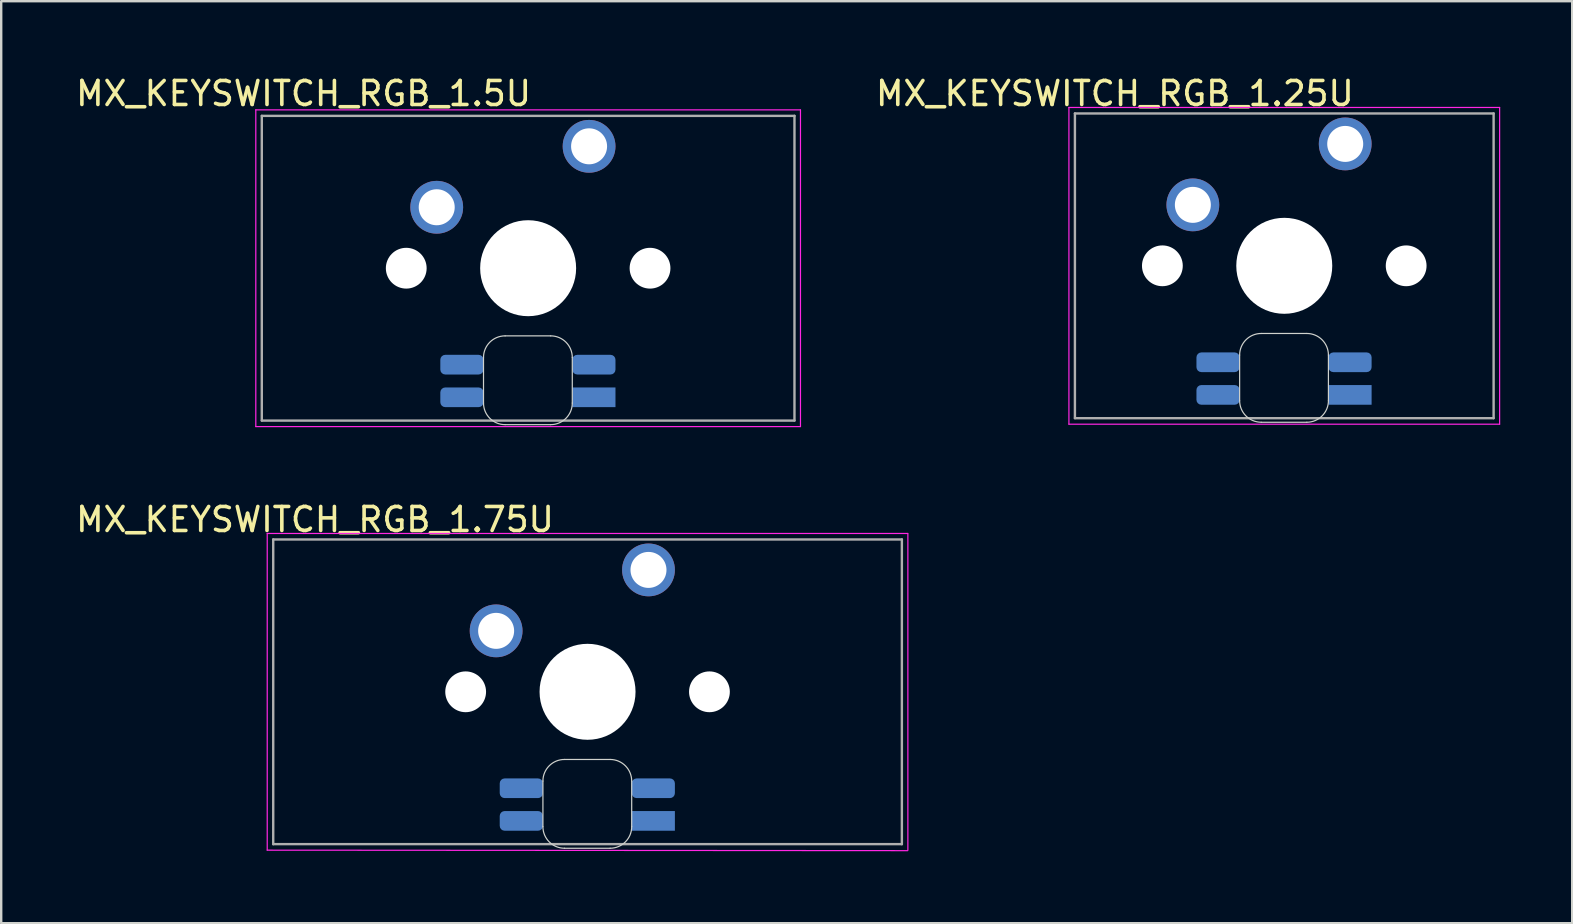
<source format=kicad_pcb>
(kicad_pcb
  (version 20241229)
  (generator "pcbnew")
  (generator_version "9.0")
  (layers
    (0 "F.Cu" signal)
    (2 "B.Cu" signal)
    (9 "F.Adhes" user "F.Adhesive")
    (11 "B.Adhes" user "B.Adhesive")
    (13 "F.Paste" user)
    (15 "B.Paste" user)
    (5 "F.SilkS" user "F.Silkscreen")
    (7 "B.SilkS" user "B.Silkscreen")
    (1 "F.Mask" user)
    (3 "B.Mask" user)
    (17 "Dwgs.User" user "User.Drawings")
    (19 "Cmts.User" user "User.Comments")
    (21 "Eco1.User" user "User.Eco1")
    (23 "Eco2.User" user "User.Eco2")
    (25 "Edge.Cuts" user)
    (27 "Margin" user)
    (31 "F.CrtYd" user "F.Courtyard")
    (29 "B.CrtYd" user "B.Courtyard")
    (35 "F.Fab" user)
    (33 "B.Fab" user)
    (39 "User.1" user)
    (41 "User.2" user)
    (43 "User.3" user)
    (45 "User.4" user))
  (footprint "MX_KEYSWITCH_RGB_1.25U"
    (layer "F.Cu")
    (at 50.414 8.048)
    (property "Reference" "MX_KEYSWITCH_RGB_1.25U" (at -7 -7.2 0) (layer "F.SilkS") (effects (font (size 1 1) (thickness 0.15))))
    (attr through_hole)
    (fp_line (start -1.8 3.7) (end -1.8 5.6) (stroke (width 0.05) (type solid)) (layer "Edge.Cuts"))
    (fp_line (start -0.9 6.5) (end 1 6.5) (stroke (width 0.05) (type solid)) (layer "Edge.Cuts"))
    (fp_line (start 1 2.8) (end -0.9 2.8) (stroke (width 0.05) (type solid)) (layer "Edge.Cuts"))
    (fp_line (start 1.9 5.6) (end 1.9 3.7) (stroke (width 0.05) (type solid)) (layer "Edge.Cuts"))
    (fp_arc (start -1.8 3.7) (mid -1.536396 3.063604) (end -0.9 2.8) (stroke (width 0.05) (type solid)) (layer "Edge.Cuts"))
    (fp_arc (start -0.9 6.5) (mid -1.536396 6.236396) (end -1.8 5.6) (stroke (width 0.05) (type solid)) (layer "Edge.Cuts"))
    (fp_arc (start 1 2.8) (mid 1.636396 3.063604) (end 1.9 3.7) (stroke (width 0.05) (type solid)) (layer "Edge.Cuts"))
    (fp_arc (start 1.9 5.6) (mid 1.636396 6.236396) (end 1 6.5) (stroke (width 0.05) (type solid)) (layer "Edge.Cuts"))
    (fp_line (start -8.915 -6.62) (end 9.035 -6.62) (stroke (width 0.05) (type solid)) (layer "F.CrtYd"))
    (fp_line (start -8.915 6.58) (end -8.915 -6.62) (stroke (width 0.05) (type solid)) (layer "F.CrtYd"))
    (fp_line (start 9.035 -6.62) (end 9.035 6.58) (stroke (width 0.05) (type solid)) (layer "F.CrtYd"))
    (fp_line (start 9.035 6.58) (end -8.915 6.58) (stroke (width 0.05) (type solid)) (layer "F.CrtYd"))
    (fp_line (start -8.665 -6.37) (end 8.785 -6.37) (stroke (width 0.1) (type solid)) (layer "F.Fab"))
    (fp_line (start -8.665 6.33) (end -8.665 -6.37) (stroke (width 0.1) (type solid)) (layer "F.Fab"))
    (fp_line (start 8.785 -6.37) (end 8.785 6.33) (stroke (width 0.1) (type solid)) (layer "F.Fab"))
    (fp_line (start 8.785 6.33) (end -8.665 6.33) (stroke (width 0.1) (type solid)) (layer "F.Fab"))
    (pad "" np_thru_hole circle (at -5.02 -0.02) (size 1.7 1.7) (drill 1.7) (layers "*.Cu" "*.Mask"))
    (pad "" np_thru_hole circle (at 0.06 -0.02) (size 4 4) (drill 4) (layers "*.Cu" "*.Mask"))
    (pad "" np_thru_hole circle (at 5.14 -0.02) (size 1.7 1.7) (drill 1.7) (layers "*.Cu" "*.Mask"))
    (pad "1" thru_hole circle (at 2.6 -5.1) (size 2.2 2.2) (drill 1.5) (layers "*.Cu" "*.Mask"))
    (pad "2" thru_hole circle (at -3.75 -2.56) (size 2.2 2.2) (drill 1.5) (layers "*.Cu" "*.Mask"))
    (pad "3" smd roundrect (at 2.8 4) (size 1.8 0.82) (layers "B.Cu" "B.Mask" "B.Paste") (roundrect_rratio 0.25))
    (pad "4" smd roundrect (at -2.7 5.36) (size 1.8 0.82) (layers "B.Cu" "B.Mask" "B.Paste") (roundrect_rratio 0.25))
    (pad "5" smd roundrect (at -2.7 4) (size 1.8 0.82) (layers "B.Cu" "B.Mask" "B.Paste") (roundrect_rratio 0.25))
    (pad "6" smd rect (at 2.8 5.36) (size 1.8 0.82) (layers "B.Cu" "B.Mask" "B.Paste")))
  (footprint "MX_KEYSWITCH_RGB_1.5U"
    (layer "F.Cu")
    (at 18.901 8.148)
    (property "Reference" "MX_KEYSWITCH_RGB_1.5U" (at -9.3 -7.3 0) (layer "F.SilkS") (effects (font (size 1 1) (thickness 0.15))))
    (attr through_hole)
    (fp_line (start -1.8 3.7) (end -1.8 5.6) (stroke (width 0.05) (type solid)) (layer "Edge.Cuts"))
    (fp_line (start -0.9 6.5) (end 1 6.5) (stroke (width 0.05) (type solid)) (layer "Edge.Cuts"))
    (fp_line (start 1 2.8) (end -0.9 2.8) (stroke (width 0.05) (type solid)) (layer "Edge.Cuts"))
    (fp_line (start 1.9 5.6) (end 1.9 3.7) (stroke (width 0.05) (type solid)) (layer "Edge.Cuts"))
    (fp_arc (start -1.8 3.7) (mid -1.536396 3.063604) (end -0.9 2.8) (stroke (width 0.05) (type solid)) (layer "Edge.Cuts"))
    (fp_arc (start -0.9 6.5) (mid -1.536396 6.236396) (end -1.8 5.6) (stroke (width 0.05) (type solid)) (layer "Edge.Cuts"))
    (fp_arc (start 1 2.8) (mid 1.636396 3.063604) (end 1.9 3.7) (stroke (width 0.05) (type solid)) (layer "Edge.Cuts"))
    (fp_arc (start 1.9 5.6) (mid 1.636396 6.236396) (end 1 6.5) (stroke (width 0.05) (type solid)) (layer "Edge.Cuts"))
    (fp_line (start -11.29 -6.62) (end 11.4 -6.62) (stroke (width 0.05) (type solid)) (layer "F.CrtYd"))
    (fp_line (start -11.29 6.58) (end -11.29 -6.62) (stroke (width 0.05) (type solid)) (layer "F.CrtYd"))
    (fp_line (start 11.41 -6.62) (end 11.41 6.58) (stroke (width 0.05) (type solid)) (layer "F.CrtYd"))
    (fp_line (start 11.41 6.58) (end -11.29 6.58) (stroke (width 0.05) (type solid)) (layer "F.CrtYd"))
    (fp_line (start -11.04 -6.37) (end 11.16 -6.37) (stroke (width 0.1) (type solid)) (layer "F.Fab"))
    (fp_line (start -11.04 6.33) (end -11.04 -6.37) (stroke (width 0.1) (type solid)) (layer "F.Fab"))
    (fp_line (start 11.16 -6.37) (end 11.16 6.33) (stroke (width 0.1) (type solid)) (layer "F.Fab"))
    (fp_line (start 11.16 6.33) (end -11.04 6.33) (stroke (width 0.1) (type solid)) (layer "F.Fab"))
    (pad "" np_thru_hole circle (at -5.02 -0.02) (size 1.7 1.7) (drill 1.7) (layers "*.Cu" "*.Mask"))
    (pad "" np_thru_hole circle (at 0.06 -0.02) (size 4 4) (drill 4) (layers "*.Cu" "*.Mask"))
    (pad "" np_thru_hole circle (at 5.14 -0.02) (size 1.7 1.7) (drill 1.7) (layers "*.Cu" "*.Mask"))
    (pad "1" thru_hole circle (at 2.6 -5.1) (size 2.2 2.2) (drill 1.5) (layers "*.Cu" "*.Mask"))
    (pad "2" thru_hole circle (at -3.75 -2.56) (size 2.2 2.2) (drill 1.5) (layers "*.Cu" "*.Mask"))
    (pad "3" smd roundrect (at 2.8 4) (size 1.8 0.82) (layers "B.Cu" "B.Mask" "B.Paste") (roundrect_rratio 0.25))
    (pad "4" smd roundrect (at -2.7 5.36) (size 1.8 0.82) (layers "B.Cu" "B.Mask" "B.Paste") (roundrect_rratio 0.25))
    (pad "5" smd roundrect (at -2.7 4) (size 1.8 0.82) (layers "B.Cu" "B.Mask" "B.Paste") (roundrect_rratio 0.25))
    (pad "6" smd rect (at 2.8 5.36) (size 1.8 0.82) (layers "B.Cu" "B.Mask" "B.Paste")))
  (footprint "MX_KEYSWITCH_RGB_1.75U"
    (layer "F.Cu")
    (at 21.377 25.802)
    (property "Reference" "MX_KEYSWITCH_RGB_1.75U" (at -11.3 -7.2 0) (layer "F.SilkS") (effects (font (size 1 1) (thickness 0.15))))
    (attr through_hole)
    (fp_line (start -1.8 3.7) (end -1.8 5.6) (stroke (width 0.05) (type solid)) (layer "Edge.Cuts"))
    (fp_line (start -0.9 6.5) (end 1 6.5) (stroke (width 0.05) (type solid)) (layer "Edge.Cuts"))
    (fp_line (start 1 2.8) (end -0.9 2.8) (stroke (width 0.05) (type solid)) (layer "Edge.Cuts"))
    (fp_line (start 1.9 5.6) (end 1.9 3.7) (stroke (width 0.05) (type solid)) (layer "Edge.Cuts"))
    (fp_arc (start -1.8 3.7) (mid -1.536396 3.063604) (end -0.9 2.8) (stroke (width 0.05) (type solid)) (layer "Edge.Cuts"))
    (fp_arc (start -0.9 6.5) (mid -1.536396 6.236396) (end -1.8 5.6) (stroke (width 0.05) (type solid)) (layer "Edge.Cuts"))
    (fp_arc (start 1 2.8) (mid 1.636396 3.063604) (end 1.9 3.7) (stroke (width 0.05) (type solid)) (layer "Edge.Cuts"))
    (fp_arc (start 1.9 5.6) (mid 1.636396 6.236396) (end 1 6.5) (stroke (width 0.05) (type solid)) (layer "Edge.Cuts"))
    (fp_line (start -13.29 -6.62) (end 13.4 -6.62) (stroke (width 0.05) (type solid)) (layer "F.CrtYd"))
    (fp_line (start -13.29 6.58) (end -13.29 -6.62) (stroke (width 0.05) (type solid)) (layer "F.CrtYd"))
    (fp_line (start 13.4 6.6) (end -13.29 6.58) (stroke (width 0.05) (type solid)) (layer "F.CrtYd"))
    (fp_line (start 13.41 -6.62) (end 13.41 6.58) (stroke (width 0.05) (type solid)) (layer "F.CrtYd"))
    (fp_line (start -13.04 -6.37) (end 13.16 -6.37) (stroke (width 0.1) (type solid)) (layer "F.Fab"))
    (fp_line (start -13.04 6.33) (end -13.04 -6.37) (stroke (width 0.1) (type solid)) (layer "F.Fab"))
    (fp_line (start 13.16 -6.37) (end 13.16 6.33) (stroke (width 0.1) (type solid)) (layer "F.Fab"))
    (fp_line (start 13.16 6.33) (end -13.04 6.33) (stroke (width 0.1) (type solid)) (layer "F.Fab"))
    (pad "" np_thru_hole circle (at -5.02 -0.02) (size 1.7 1.7) (drill 1.7) (layers "*.Cu" "*.Mask"))
    (pad "" np_thru_hole circle (at 0.06 -0.02) (size 4 4) (drill 4) (layers "*.Cu" "*.Mask"))
    (pad "" np_thru_hole circle (at 5.14 -0.02) (size 1.7 1.7) (drill 1.7) (layers "*.Cu" "*.Mask"))
    (pad "1" thru_hole circle (at 2.6 -5.1) (size 2.2 2.2) (drill 1.5) (layers "*.Cu" "*.Mask"))
    (pad "2" thru_hole circle (at -3.75 -2.56) (size 2.2 2.2) (drill 1.5) (layers "*.Cu" "*.Mask"))
    (pad "3" smd roundrect (at 2.8 4) (size 1.8 0.82) (layers "B.Cu" "B.Mask" "B.Paste") (roundrect_rratio 0.25))
    (pad "4" smd roundrect (at -2.7 5.36) (size 1.8 0.82) (layers "B.Cu" "B.Mask" "B.Paste") (roundrect_rratio 0.25))
    (pad "5" smd roundrect (at -2.7 4) (size 1.8 0.82) (layers "B.Cu" "B.Mask" "B.Paste") (roundrect_rratio 0.25))
    (pad "6" smd rect (at 2.8 5.36) (size 1.8 0.82) (layers "B.Cu" "B.Mask" "B.Paste")))
  (gr_rect
    (start -3 -3)
    (end 62.474 35.426)
    (stroke (width 0.1) (type default))
    (fill no)
    (layer "Edge.Cuts")))
</source>
